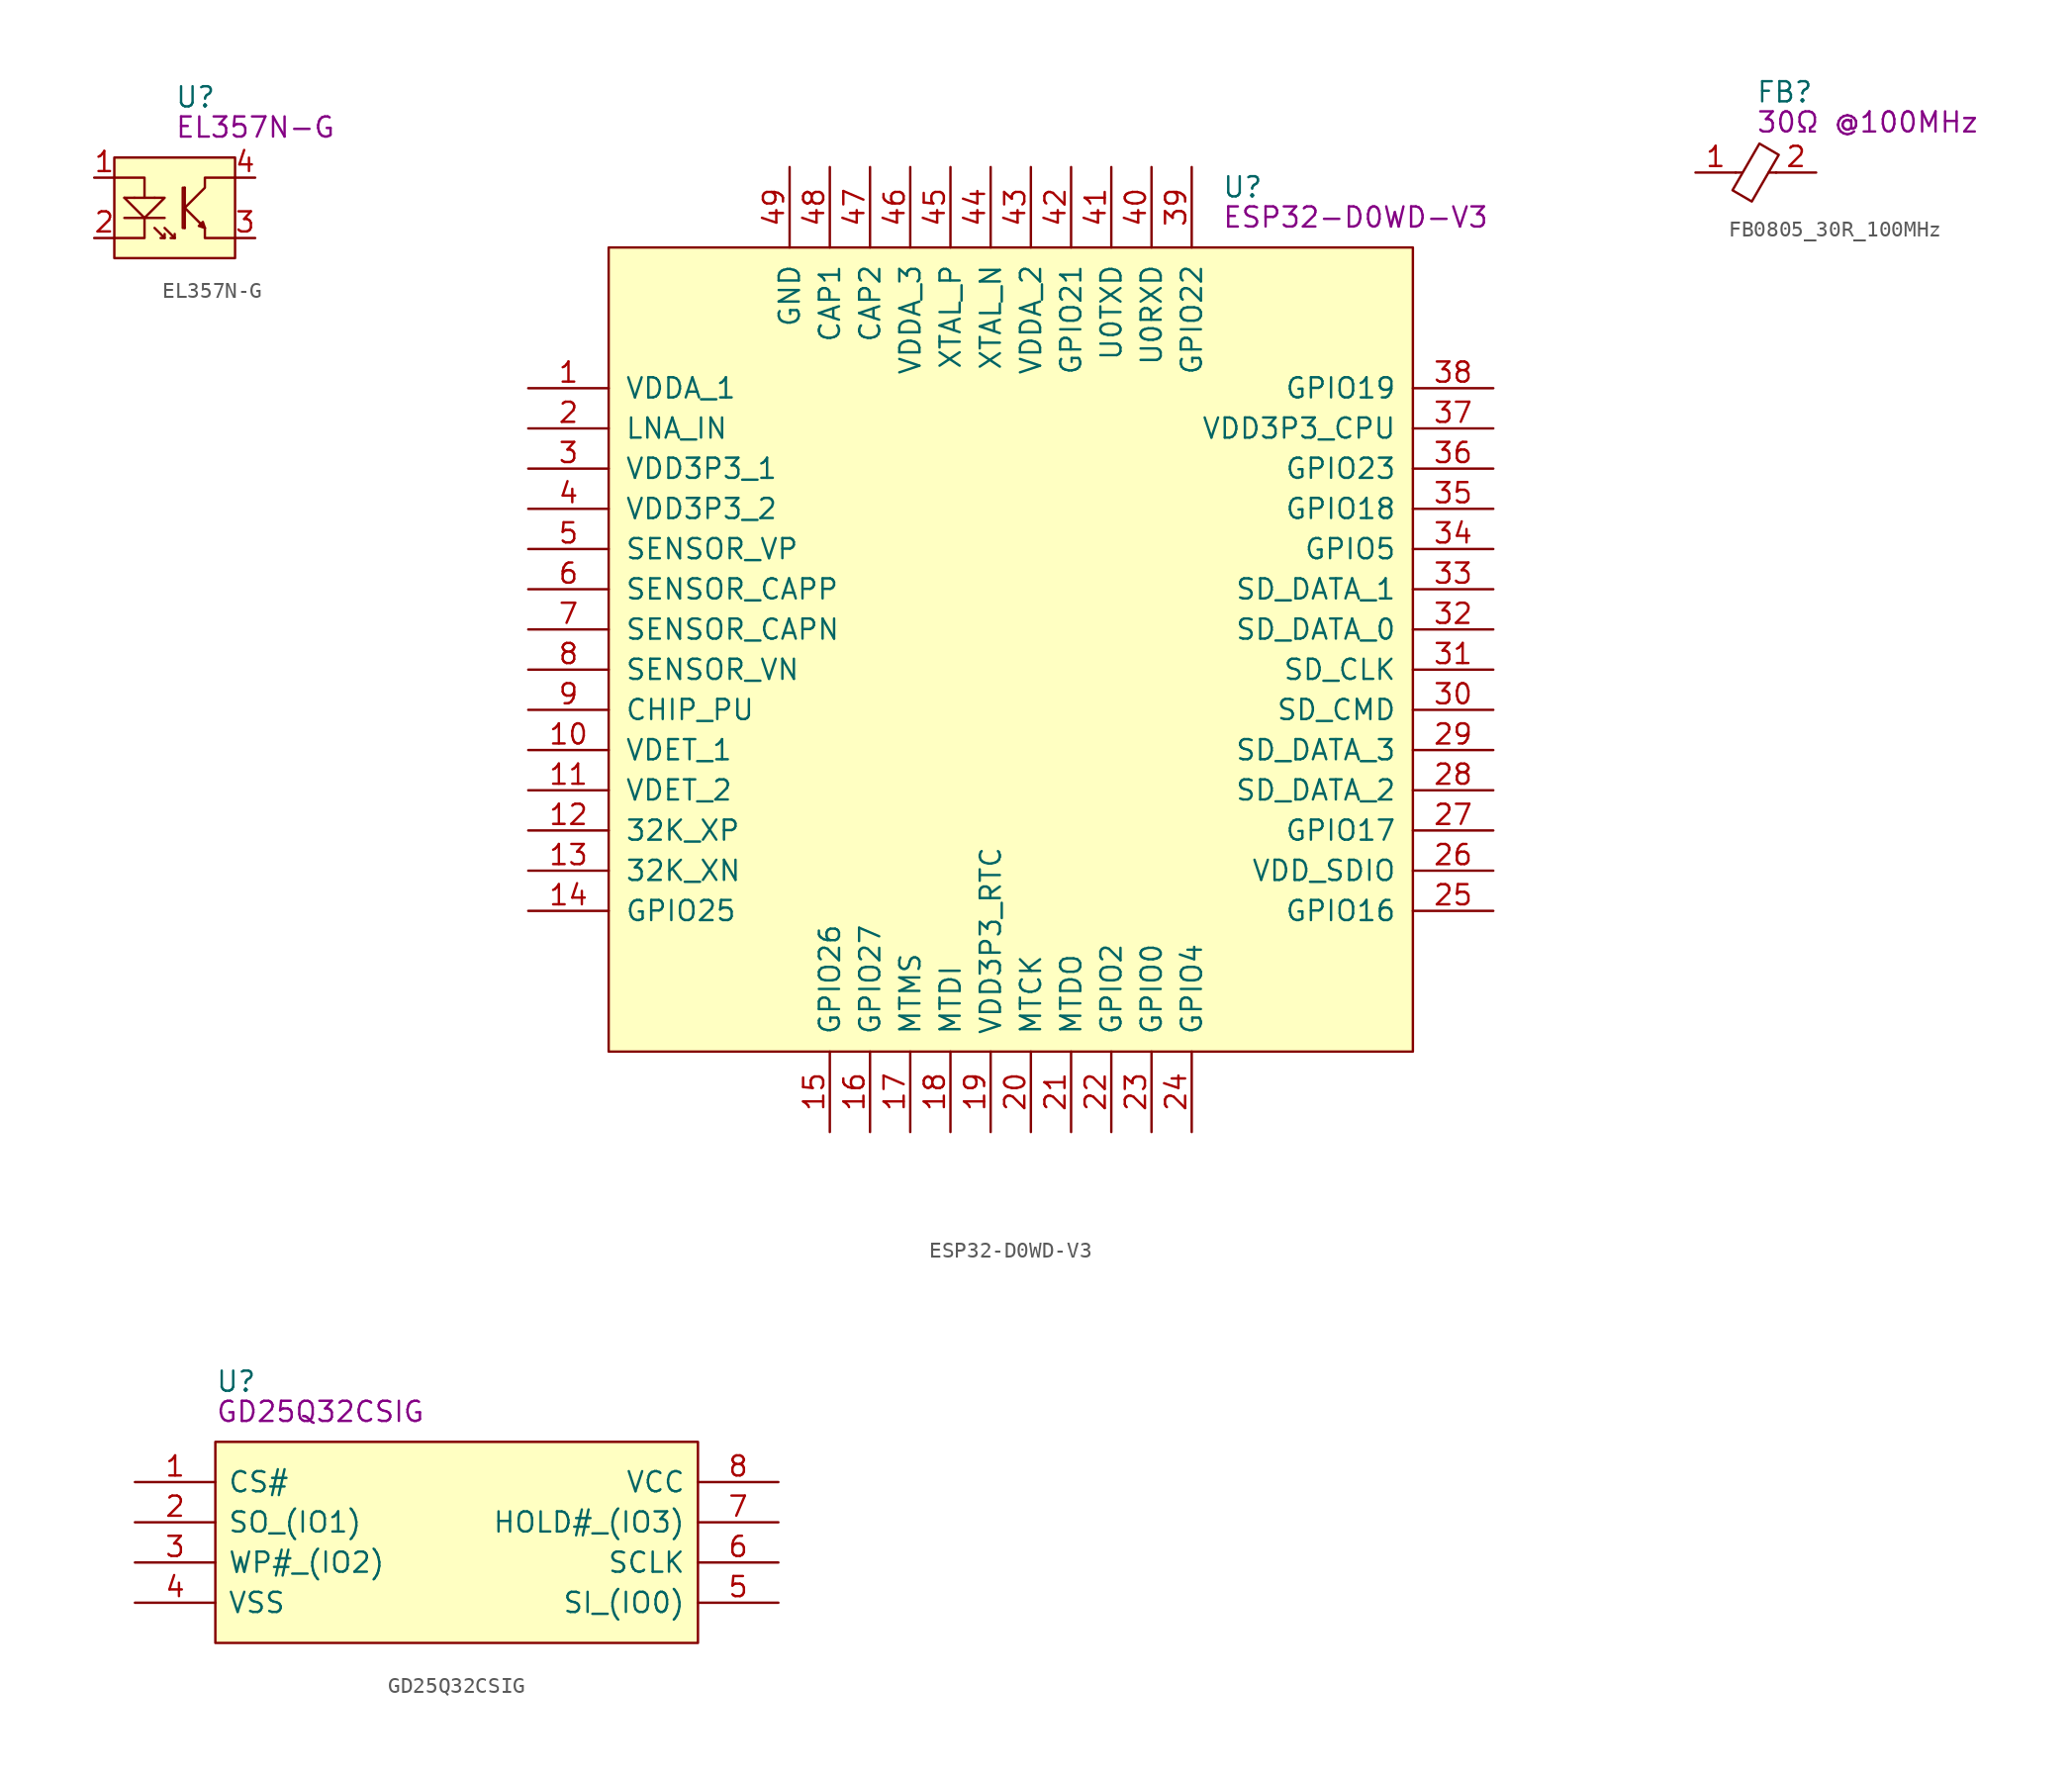
<source format=kicad_sym>
(kicad_symbol_lib
  (version 20211014)
  (generator kicad_symbol_editor)
  (symbol "EL357N-G"
    (pin_names
      (offset 1.016))
    (property "Reference" "U"
      (at 0 6.985 0)
      (effects (font (size 1.27 1.27)) (justify left)))
    (property "Symbol" "EL357N-G"
      (at 0 5.08 0)
      (effects (font (size 1.27 1.27)) (justify left)))
    (symbol "EL357N-G_0_0"
      (pin passive line (at -5.08 1.905 0) (length 1.27) (name "~" (effects (font (size 1.27 1.27)))) (number "1" (effects (font (size 1.27 1.27)))))
      (pin passive line (at -5.08 -1.905 0) (length 1.27) (name "~" (effects (font (size 1.27 1.27)))) (number "2" (effects (font (size 1.27 1.27))))))
    (symbol "EL357N-G_0_1"
      (rectangle (start -3.81 3.175) (end 3.81 -3.175) (stroke (width 0) (type default) (color 0 0 0 0)) (fill (type background)))
      (polyline (pts (xy -3.175 -0.635) (xy -0.635 -0.635)) (stroke (width 0) (type default) (color 0 0 0 0)) (fill (type none)))
      (polyline (pts (xy -2.54 0.635) (xy -3.175 0.635)) (stroke (width 0) (type default) (color 0 0 0 0)) (fill (type none)))
      (polyline (pts (xy -2.54 0.635) (xy -1.27 0.635)) (stroke (width 0) (type default) (color 0 0 0 0)) (fill (type none)))
      (polyline (pts (xy -1.905 -0.635) (xy -3.175 0.635)) (stroke (width 0) (type default) (color 0 0 0 0)) (fill (type none)))
      (polyline (pts (xy -1.27 -1.27) (xy -0.635 -1.905)) (stroke (width 0) (type default) (color 0 0 0 0)) (fill (type none)))
      (polyline (pts (xy -0.635 -1.27) (xy 0 -1.905)) (stroke (width 0) (type default) (color 0 0 0 0)) (fill (type none)))
      (polyline (pts (xy 0 -1.905) (xy -0.254 -1.905)) (stroke (width 0) (type default) (color 0 0 0 0)) (fill (type none)))
      (polyline (pts (xy 0 -1.905) (xy 0 -1.651)) (stroke (width 0) (type default) (color 0 0 0 0)) (fill (type none)))
      (polyline (pts (xy 0.635 0) (xy 1.905 -1.27)) (stroke (width 0) (type default) (color 0 0 0 0)) (fill (type none)))
      (polyline (pts (xy 0.635 1.27) (xy 0.635 -1.27)) (stroke (width 0) (type default) (color 0 0 0 0)) (fill (type none)))
      (polyline (pts (xy -3.81 1.905) (xy -1.905 1.905) (xy -1.905 0.635)) (stroke (width 0) (type default) (color 0 0 0 0)) (fill (type none)))
      (polyline (pts (xy -1.905 -0.635) (xy -1.905 -1.905) (xy -3.81 -1.905)) (stroke (width 0) (type default) (color 0 0 0 0)) (fill (type none)))
      (polyline (pts (xy -1.27 0.635) (xy -0.635 0.635) (xy -1.905 -0.635)) (stroke (width 0) (type default) (color 0 0 0 0)) (fill (type none)))
      (polyline (pts (xy 1.905 -1.27) (xy 1.905 -1.905) (xy 3.81 -1.905)) (stroke (width 0) (type default) (color 0 0 0 0)) (fill (type none)))
      (polyline (pts (xy -0.635 -1.905) (xy -0.889 -1.905) (xy -0.635 -1.905) (xy -0.635 -1.651)) (stroke (width 0) (type default) (color 0 0 0 0)) (fill (type none)))
      (polyline (pts (xy 0.635 0) (xy 1.905 1.27) (xy 1.905 1.905) (xy 3.81 1.905)) (stroke (width 0) (type default) (color 0 0 0 0)) (fill (type none)))
      (polyline (pts (xy 0.635 1.27) (xy 0.508 1.27) (xy 0.508 -1.27) (xy 0.635 -1.27)) (stroke (width 0) (type default) (color 0 0 0 0)) (fill (type none)))
      (polyline (pts (xy 1.905 -1.27) (xy 1.524 -1.143) (xy 1.778 -0.889) (xy 1.905 -1.27)) (stroke (width 0) (type default) (color 0 0 0 0)) (fill (type none))))
    (symbol "EL357N-G_1_1"
      (pin passive line (at 5.08 -1.905 180) (length 1.27) (name "~" (effects (font (size 1.27 1.27)))) (number "3" (effects (font (size 1.27 1.27)))))
      (pin passive line (at 5.08 1.905 180) (length 1.27) (name "~" (effects (font (size 1.27 1.27)))) (number "4" (effects (font (size 1.27 1.27)))))))
  (symbol "ESP32-D0WD-V3"
    (pin_names
      (offset 1.016))
    (property "Reference" "U"
      (at 13.335 29.21 0)
      (effects (font (size 1.27 1.27)) (justify left)))
    (property "Symbol" "ESP32-D0WD-V3"
      (at 13.335 27.305 0)
      (effects (font (size 1.27 1.27)) (justify left)))
    (symbol "ESP32-D0WD-V3_1_1"
      (rectangle (start -25.4 25.4) (end 25.4 -25.4) (stroke (width 0) (type default) (color 0 0 0 0)) (fill (type background)))
      (pin passive line (at -30.48 16.51 0) (length 5.08) (name "VDDA_1" (effects (font (size 1.27 1.27)))) (number "1" (effects (font (size 1.27 1.27)))))
      (pin passive line (at -30.48 -6.35 0) (length 5.08) (name "VDET_1" (effects (font (size 1.27 1.27)))) (number "10" (effects (font (size 1.27 1.27)))))
      (pin passive line (at -30.48 -8.89 0) (length 5.08) (name "VDET_2" (effects (font (size 1.27 1.27)))) (number "11" (effects (font (size 1.27 1.27)))))
      (pin passive line (at -30.48 -11.43 0) (length 5.08) (name "32K_XP" (effects (font (size 1.27 1.27)))) (number "12" (effects (font (size 1.27 1.27)))))
      (pin passive line (at -30.48 -13.97 0) (length 5.08) (name "32K_XN" (effects (font (size 1.27 1.27)))) (number "13" (effects (font (size 1.27 1.27)))))
      (pin passive line (at -30.48 -16.51 0) (length 5.08) (name "GPIO25" (effects (font (size 1.27 1.27)))) (number "14" (effects (font (size 1.27 1.27)))))
      (pin passive line (at -11.43 -30.48 90) (length 5.08) (name "GPIO26" (effects (font (size 1.27 1.27)))) (number "15" (effects (font (size 1.27 1.27)))))
      (pin passive line (at -8.89 -30.48 90) (length 5.08) (name "GPIO27" (effects (font (size 1.27 1.27)))) (number "16" (effects (font (size 1.27 1.27)))))
      (pin passive line (at -6.35 -30.48 90) (length 5.08) (name "MTMS" (effects (font (size 1.27 1.27)))) (number "17" (effects (font (size 1.27 1.27)))))
      (pin passive line (at -3.81 -30.48 90) (length 5.08) (name "MTDI" (effects (font (size 1.27 1.27)))) (number "18" (effects (font (size 1.27 1.27)))))
      (pin passive line (at -1.27 -30.48 90) (length 5.08) (name "VDD3P3_RTC" (effects (font (size 1.27 1.27)))) (number "19" (effects (font (size 1.27 1.27)))))
      (pin passive line (at -30.48 13.97 0) (length 5.08) (name "LNA_IN" (effects (font (size 1.27 1.27)))) (number "2" (effects (font (size 1.27 1.27)))))
      (pin passive line (at 1.27 -30.48 90) (length 5.08) (name "MTCK" (effects (font (size 1.27 1.27)))) (number "20" (effects (font (size 1.27 1.27)))))
      (pin passive line (at 3.81 -30.48 90) (length 5.08) (name "MTDO" (effects (font (size 1.27 1.27)))) (number "21" (effects (font (size 1.27 1.27)))))
      (pin passive line (at 6.35 -30.48 90) (length 5.08) (name "GPIO2" (effects (font (size 1.27 1.27)))) (number "22" (effects (font (size 1.27 1.27)))))
      (pin passive line (at 8.89 -30.48 90) (length 5.08) (name "GPIO0" (effects (font (size 1.27 1.27)))) (number "23" (effects (font (size 1.27 1.27)))))
      (pin passive line (at 11.43 -30.48 90) (length 5.08) (name "GPIO4" (effects (font (size 1.27 1.27)))) (number "24" (effects (font (size 1.27 1.27)))))
      (pin passive line (at 30.48 -16.51 180) (length 5.08) (name "GPIO16" (effects (font (size 1.27 1.27)))) (number "25" (effects (font (size 1.27 1.27)))))
      (pin passive line (at 30.48 -13.97 180) (length 5.08) (name "VDD_SDIO" (effects (font (size 1.27 1.27)))) (number "26" (effects (font (size 1.27 1.27)))))
      (pin passive line (at 30.48 -11.43 180) (length 5.08) (name "GPIO17" (effects (font (size 1.27 1.27)))) (number "27" (effects (font (size 1.27 1.27)))))
      (pin passive line (at 30.48 -8.89 180) (length 5.08) (name "SD_DATA_2" (effects (font (size 1.27 1.27)))) (number "28" (effects (font (size 1.27 1.27)))))
      (pin passive line (at 30.48 -6.35 180) (length 5.08) (name "SD_DATA_3" (effects (font (size 1.27 1.27)))) (number "29" (effects (font (size 1.27 1.27)))))
      (pin passive line (at -30.48 11.43 0) (length 5.08) (name "VDD3P3_1" (effects (font (size 1.27 1.27)))) (number "3" (effects (font (size 1.27 1.27)))))
      (pin passive line (at 30.48 -3.81 180) (length 5.08) (name "SD_CMD" (effects (font (size 1.27 1.27)))) (number "30" (effects (font (size 1.27 1.27)))))
      (pin passive line (at 30.48 -1.27 180) (length 5.08) (name "SD_CLK" (effects (font (size 1.27 1.27)))) (number "31" (effects (font (size 1.27 1.27)))))
      (pin passive line (at 30.48 1.27 180) (length 5.08) (name "SD_DATA_0" (effects (font (size 1.27 1.27)))) (number "32" (effects (font (size 1.27 1.27)))))
      (pin passive line (at 30.48 3.81 180) (length 5.08) (name "SD_DATA_1" (effects (font (size 1.27 1.27)))) (number "33" (effects (font (size 1.27 1.27)))))
      (pin passive line (at 30.48 6.35 180) (length 5.08) (name "GPIO5" (effects (font (size 1.27 1.27)))) (number "34" (effects (font (size 1.27 1.27)))))
      (pin passive line (at 30.48 8.89 180) (length 5.08) (name "GPIO18" (effects (font (size 1.27 1.27)))) (number "35" (effects (font (size 1.27 1.27)))))
      (pin passive line (at 30.48 11.43 180) (length 5.08) (name "GPIO23" (effects (font (size 1.27 1.27)))) (number "36" (effects (font (size 1.27 1.27)))))
      (pin passive line (at 30.48 13.97 180) (length 5.08) (name "VDD3P3_CPU" (effects (font (size 1.27 1.27)))) (number "37" (effects (font (size 1.27 1.27)))))
      (pin passive line (at 30.48 16.51 180) (length 5.08) (name "GPIO19" (effects (font (size 1.27 1.27)))) (number "38" (effects (font (size 1.27 1.27)))))
      (pin passive line (at 11.43 30.48 270) (length 5.08) (name "GPIO22" (effects (font (size 1.27 1.27)))) (number "39" (effects (font (size 1.27 1.27)))))
      (pin passive line (at -30.48 8.89 0) (length 5.08) (name "VDD3P3_2" (effects (font (size 1.27 1.27)))) (number "4" (effects (font (size 1.27 1.27)))))
      (pin passive line (at 8.89 30.48 270) (length 5.08) (name "U0RXD" (effects (font (size 1.27 1.27)))) (number "40" (effects (font (size 1.27 1.27)))))
      (pin passive line (at 6.35 30.48 270) (length 5.08) (name "U0TXD" (effects (font (size 1.27 1.27)))) (number "41" (effects (font (size 1.27 1.27)))))
      (pin passive line (at 3.81 30.48 270) (length 5.08) (name "GPIO21" (effects (font (size 1.27 1.27)))) (number "42" (effects (font (size 1.27 1.27)))))
      (pin passive line (at 1.27 30.48 270) (length 5.08) (name "VDDA_2" (effects (font (size 1.27 1.27)))) (number "43" (effects (font (size 1.27 1.27)))))
      (pin passive line (at -1.27 30.48 270) (length 5.08) (name "XTAL_N" (effects (font (size 1.27 1.27)))) (number "44" (effects (font (size 1.27 1.27)))))
      (pin passive line (at -3.81 30.48 270) (length 5.08) (name "XTAL_P" (effects (font (size 1.27 1.27)))) (number "45" (effects (font (size 1.27 1.27)))))
      (pin passive line (at -6.35 30.48 270) (length 5.08) (name "VDDA_3" (effects (font (size 1.27 1.27)))) (number "46" (effects (font (size 1.27 1.27)))))
      (pin passive line (at -8.89 30.48 270) (length 5.08) (name "CAP2" (effects (font (size 1.27 1.27)))) (number "47" (effects (font (size 1.27 1.27)))))
      (pin passive line (at -11.43 30.48 270) (length 5.08) (name "CAP1" (effects (font (size 1.27 1.27)))) (number "48" (effects (font (size 1.27 1.27)))))
      (pin passive line (at -13.97 30.48 270) (length 5.08) (name "GND" (effects (font (size 1.27 1.27)))) (number "49" (effects (font (size 1.27 1.27)))))
      (pin passive line (at -30.48 6.35 0) (length 5.08) (name "SENSOR_VP" (effects (font (size 1.27 1.27)))) (number "5" (effects (font (size 1.27 1.27)))))
      (pin passive line (at -30.48 3.81 0) (length 5.08) (name "SENSOR_CAPP" (effects (font (size 1.27 1.27)))) (number "6" (effects (font (size 1.27 1.27)))))
      (pin passive line (at -30.48 1.27 0) (length 5.08) (name "SENSOR_CAPN" (effects (font (size 1.27 1.27)))) (number "7" (effects (font (size 1.27 1.27)))))
      (pin passive line (at -30.48 -1.27 0) (length 5.08) (name "SENSOR_VN" (effects (font (size 1.27 1.27)))) (number "8" (effects (font (size 1.27 1.27)))))
      (pin passive line (at -30.48 -3.81 0) (length 5.08) (name "CHIP_PU" (effects (font (size 1.27 1.27)))) (number "9" (effects (font (size 1.27 1.27)))))))
  (symbol "FB0805_30R_100MHz"
    (pin_names
      (offset 1.016))
    (property "Reference" "FB"
      (at 0 5.08 0)
      (effects (font (size 1.27 1.27)) (justify left)))
    (property "Symbol" "30Ω @100MHz"
      (at 0 3.175 0)
      (effects (font (size 1.27 1.27)) (justify left)))
    (symbol "FB0805_30R_100MHz_0_1"
      (polyline (pts (xy -0.864 0) (xy -1.27 0)) (stroke (width 0) (type default) (color 0 0 0 0)) (fill (type none)))
      (polyline (pts (xy 1.295 0) (xy 0.813 0)) (stroke (width 0) (type default) (color 0 0 0 0)) (fill (type none)))
      (polyline (pts (xy -0.254 -1.829) (xy -1.473 -1.118) (xy 0.229 1.829) (xy 1.448 1.118) (xy -0.254 -1.829)) (stroke (width 0) (type default) (color 0 0 0 0)) (fill (type none))))
    (symbol "FB0805_30R_100MHz_1_1"
      (pin passive line (at -3.81 0 0) (length 2.54) (name "~" (effects (font (size 1.27 1.27)))) (number "1" (effects (font (size 1.27 1.27)))))
      (pin passive line (at 3.81 0 180) (length 2.54) (name "~" (effects (font (size 1.27 1.27)))) (number "2" (effects (font (size 1.27 1.27)))))))
  (symbol "GD25Q32CSIG"
    (pin_names
      (offset 0.762))
    (property "Reference" "U"
      (at -15.24 10.16 0)
      (effects (font (size 1.27 1.27)) (justify left)))
    (property "Symbol" "GD25Q32CSIG"
      (at -15.24 8.255 0)
      (effects (font (size 1.27 1.27)) (justify left)))
    (symbol "GD25Q32CSIG_0_0"
      (pin passive line (at -20.32 3.81 0) (length 5.08) (name "CS#" (effects (font (size 1.27 1.27)))) (number "1" (effects (font (size 1.27 1.27)))))
      (pin passive line (at -20.32 1.27 0) (length 5.08) (name "SO_(IO1)" (effects (font (size 1.27 1.27)))) (number "2" (effects (font (size 1.27 1.27)))))
      (pin passive line (at -20.32 -1.27 0) (length 5.08) (name "WP#_(IO2)" (effects (font (size 1.27 1.27)))) (number "3" (effects (font (size 1.27 1.27)))))
      (pin passive line (at -20.32 -3.81 0) (length 5.08) (name "VSS" (effects (font (size 1.27 1.27)))) (number "4" (effects (font (size 1.27 1.27)))))
      (pin passive line (at 20.32 -3.81 180) (length 5.08) (name "SI_(IO0)" (effects (font (size 1.27 1.27)))) (number "5" (effects (font (size 1.27 1.27)))))
      (pin passive line (at 20.32 -1.27 180) (length 5.08) (name "SCLK" (effects (font (size 1.27 1.27)))) (number "6" (effects (font (size 1.27 1.27)))))
      (pin passive line (at 20.32 1.27 180) (length 5.08) (name "HOLD#_(IO3)" (effects (font (size 1.27 1.27)))) (number "7" (effects (font (size 1.27 1.27)))))
      (pin passive line (at 20.32 3.81 180) (length 5.08) (name "VCC" (effects (font (size 1.27 1.27)))) (number "8" (effects (font (size 1.27 1.27))))))
    (symbol "GD25Q32CSIG_0_1"
      (rectangle (start -15.24 6.35) (end 15.24 -6.35) (stroke (width 0) (type default) (color 0 0 0 0)) (fill (type background))))))
</source>
